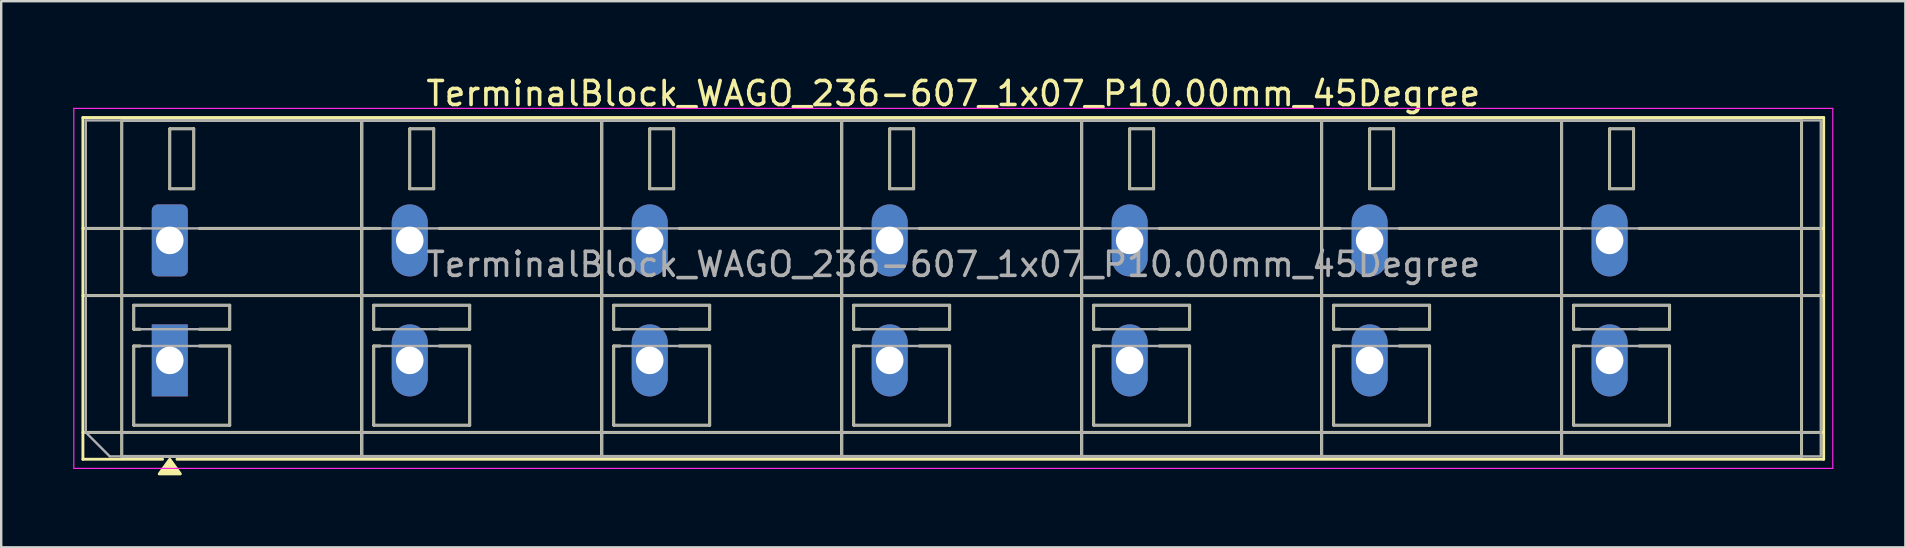
<source format=kicad_pcb>
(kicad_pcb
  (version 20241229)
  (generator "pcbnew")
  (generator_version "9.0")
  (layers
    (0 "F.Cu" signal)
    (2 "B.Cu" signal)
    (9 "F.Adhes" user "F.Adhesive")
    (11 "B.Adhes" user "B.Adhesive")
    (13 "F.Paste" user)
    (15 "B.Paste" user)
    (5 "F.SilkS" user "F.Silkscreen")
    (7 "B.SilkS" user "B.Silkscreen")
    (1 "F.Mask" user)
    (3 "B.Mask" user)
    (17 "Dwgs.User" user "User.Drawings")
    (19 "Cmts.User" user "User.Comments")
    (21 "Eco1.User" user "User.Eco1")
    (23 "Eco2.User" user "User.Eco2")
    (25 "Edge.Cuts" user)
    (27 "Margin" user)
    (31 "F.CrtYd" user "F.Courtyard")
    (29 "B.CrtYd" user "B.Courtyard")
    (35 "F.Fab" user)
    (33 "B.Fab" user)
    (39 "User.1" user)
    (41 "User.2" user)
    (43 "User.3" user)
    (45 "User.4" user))
  (footprint "TerminalBlock_WAGO_236-607_1x07_P10.00mm_45Degree"
    (layer "F.Cu")
    (at 4.025 6.968)
    (property "Reference" "TerminalBlock_WAGO_236-607_1x07_P10.00mm_45Degree" (at 32.65 -6.12 0) (layer "F.SilkS") (effects (font (size 1 1) (thickness 0.15))))
    (attr through_hole)
    (fp_line (start -3.62 -5.12) (end 68.92 -5.12) (stroke (width 0.12) (type solid)) (layer "F.SilkS"))
    (fp_line (start -3.62 -0.5) (end -1.23 -0.5) (stroke (width 0.12) (type solid)) (layer "F.SilkS"))
    (fp_line (start -3.62 2.3) (end 68.92 2.3) (stroke (width 0.12) (type solid)) (layer "F.SilkS"))
    (fp_line (start -3.62 8) (end 68.92 8) (stroke (width 0.12) (type solid)) (layer "F.SilkS"))
    (fp_line (start -3.62 9.12) (end -3.62 -5.12) (stroke (width 0.12) (type solid)) (layer "F.SilkS"))
    (fp_line (start -2 -5) (end 8 -5) (stroke (width 0.12) (type solid)) (layer "F.SilkS"))
    (fp_line (start -2 9) (end -2 -5) (stroke (width 0.12) (type solid)) (layer "F.SilkS"))
    (fp_line (start -1.5 2.7) (end 2.5 2.7) (stroke (width 0.12) (type solid)) (layer "F.SilkS"))
    (fp_line (start -1.5 3.7) (end -1.5 2.7) (stroke (width 0.12) (type solid)) (layer "F.SilkS"))
    (fp_line (start -1.5 4.4) (end -1.23 4.4) (stroke (width 0.12) (type solid)) (layer "F.SilkS"))
    (fp_line (start -1.5 7.7) (end -1.5 4.4) (stroke (width 0.12) (type solid)) (layer "F.SilkS"))
    (fp_line (start -1.23 3.7) (end -1.5 3.7) (stroke (width 0.12) (type solid)) (layer "F.SilkS"))
    (fp_line (start -0.3 9.12) (end -3.62 9.12) (stroke (width 0.12) (type solid)) (layer "F.SilkS"))
    (fp_line (start 0 -4.65) (end 1 -4.65) (stroke (width 0.12) (type solid)) (layer "F.SilkS"))
    (fp_line (start 0 -2.15) (end 0 -4.65) (stroke (width 0.12) (type solid)) (layer "F.SilkS"))
    (fp_line (start 1 -4.65) (end 1 -2.15) (stroke (width 0.12) (type solid)) (layer "F.SilkS"))
    (fp_line (start 1 -2.15) (end 0 -2.15) (stroke (width 0.12) (type solid)) (layer "F.SilkS"))
    (fp_line (start 1.23 -0.5) (end 8.77 -0.5) (stroke (width 0.12) (type solid)) (layer "F.SilkS"))
    (fp_line (start 1.23 4.4) (end 2.5 4.4) (stroke (width 0.12) (type solid)) (layer "F.SilkS"))
    (fp_line (start 2.5 2.7) (end 2.5 3.7) (stroke (width 0.12) (type solid)) (layer "F.SilkS"))
    (fp_line (start 2.5 3.7) (end 1.23 3.7) (stroke (width 0.12) (type solid)) (layer "F.SilkS"))
    (fp_line (start 2.5 4.4) (end 2.5 7.7) (stroke (width 0.12) (type solid)) (layer "F.SilkS"))
    (fp_line (start 2.5 7.7) (end -1.5 7.7) (stroke (width 0.12) (type solid)) (layer "F.SilkS"))
    (fp_line (start 8 -5) (end 8 9) (stroke (width 0.12) (type solid)) (layer "F.SilkS"))
    (fp_line (start 8 -5) (end 18 -5) (stroke (width 0.12) (type solid)) (layer "F.SilkS"))
    (fp_line (start 8 9) (end -2 9) (stroke (width 0.12) (type solid)) (layer "F.SilkS"))
    (fp_line (start 8 9) (end 8 -5) (stroke (width 0.12) (type solid)) (layer "F.SilkS"))
    (fp_line (start 8.5 2.7) (end 12.5 2.7) (stroke (width 0.12) (type solid)) (layer "F.SilkS"))
    (fp_line (start 8.5 3.7) (end 8.5 2.7) (stroke (width 0.12) (type solid)) (layer "F.SilkS"))
    (fp_line (start 8.5 4.4) (end 8.77 4.4) (stroke (width 0.12) (type solid)) (layer "F.SilkS"))
    (fp_line (start 8.5 7.7) (end 8.5 4.4) (stroke (width 0.12) (type solid)) (layer "F.SilkS"))
    (fp_line (start 8.77 3.7) (end 8.5 3.7) (stroke (width 0.12) (type solid)) (layer "F.SilkS"))
    (fp_line (start 10 -4.65) (end 11 -4.65) (stroke (width 0.12) (type solid)) (layer "F.SilkS"))
    (fp_line (start 10 -2.15) (end 10 -4.65) (stroke (width 0.12) (type solid)) (layer "F.SilkS"))
    (fp_line (start 11 -4.65) (end 11 -2.15) (stroke (width 0.12) (type solid)) (layer "F.SilkS"))
    (fp_line (start 11 -2.15) (end 10 -2.15) (stroke (width 0.12) (type solid)) (layer "F.SilkS"))
    (fp_line (start 11.23 -0.5) (end 18.77 -0.5) (stroke (width 0.12) (type solid)) (layer "F.SilkS"))
    (fp_line (start 11.23 4.4) (end 12.5 4.4) (stroke (width 0.12) (type solid)) (layer "F.SilkS"))
    (fp_line (start 12.5 2.7) (end 12.5 3.7) (stroke (width 0.12) (type solid)) (layer "F.SilkS"))
    (fp_line (start 12.5 3.7) (end 11.23 3.7) (stroke (width 0.12) (type solid)) (layer "F.SilkS"))
    (fp_line (start 12.5 4.4) (end 12.5 7.7) (stroke (width 0.12) (type solid)) (layer "F.SilkS"))
    (fp_line (start 12.5 7.7) (end 8.5 7.7) (stroke (width 0.12) (type solid)) (layer "F.SilkS"))
    (fp_line (start 18 -5) (end 18 9) (stroke (width 0.12) (type solid)) (layer "F.SilkS"))
    (fp_line (start 18 -5) (end 28 -5) (stroke (width 0.12) (type solid)) (layer "F.SilkS"))
    (fp_line (start 18 9) (end 8 9) (stroke (width 0.12) (type solid)) (layer "F.SilkS"))
    (fp_line (start 18 9) (end 18 -5) (stroke (width 0.12) (type solid)) (layer "F.SilkS"))
    (fp_line (start 18.5 2.7) (end 22.5 2.7) (stroke (width 0.12) (type solid)) (layer "F.SilkS"))
    (fp_line (start 18.5 3.7) (end 18.5 2.7) (stroke (width 0.12) (type solid)) (layer "F.SilkS"))
    (fp_line (start 18.5 4.4) (end 18.77 4.4) (stroke (width 0.12) (type solid)) (layer "F.SilkS"))
    (fp_line (start 18.5 7.7) (end 18.5 4.4) (stroke (width 0.12) (type solid)) (layer "F.SilkS"))
    (fp_line (start 18.77 3.7) (end 18.5 3.7) (stroke (width 0.12) (type solid)) (layer "F.SilkS"))
    (fp_line (start 20 -4.65) (end 21 -4.65) (stroke (width 0.12) (type solid)) (layer "F.SilkS"))
    (fp_line (start 20 -2.15) (end 20 -4.65) (stroke (width 0.12) (type solid)) (layer "F.SilkS"))
    (fp_line (start 21 -4.65) (end 21 -2.15) (stroke (width 0.12) (type solid)) (layer "F.SilkS"))
    (fp_line (start 21 -2.15) (end 20 -2.15) (stroke (width 0.12) (type solid)) (layer "F.SilkS"))
    (fp_line (start 21.23 -0.5) (end 28.77 -0.5) (stroke (width 0.12) (type solid)) (layer "F.SilkS"))
    (fp_line (start 21.23 4.4) (end 22.5 4.4) (stroke (width 0.12) (type solid)) (layer "F.SilkS"))
    (fp_line (start 22.5 2.7) (end 22.5 3.7) (stroke (width 0.12) (type solid)) (layer "F.SilkS"))
    (fp_line (start 22.5 3.7) (end 21.23 3.7) (stroke (width 0.12) (type solid)) (layer "F.SilkS"))
    (fp_line (start 22.5 4.4) (end 22.5 7.7) (stroke (width 0.12) (type solid)) (layer "F.SilkS"))
    (fp_line (start 22.5 7.7) (end 18.5 7.7) (stroke (width 0.12) (type solid)) (layer "F.SilkS"))
    (fp_line (start 28 -5) (end 28 9) (stroke (width 0.12) (type solid)) (layer "F.SilkS"))
    (fp_line (start 28 -5) (end 38 -5) (stroke (width 0.12) (type solid)) (layer "F.SilkS"))
    (fp_line (start 28 9) (end 18 9) (stroke (width 0.12) (type solid)) (layer "F.SilkS"))
    (fp_line (start 28 9) (end 28 -5) (stroke (width 0.12) (type solid)) (layer "F.SilkS"))
    (fp_line (start 28.5 2.7) (end 32.5 2.7) (stroke (width 0.12) (type solid)) (layer "F.SilkS"))
    (fp_line (start 28.5 3.7) (end 28.5 2.7) (stroke (width 0.12) (type solid)) (layer "F.SilkS"))
    (fp_line (start 28.5 4.4) (end 28.77 4.4) (stroke (width 0.12) (type solid)) (layer "F.SilkS"))
    (fp_line (start 28.5 7.7) (end 28.5 4.4) (stroke (width 0.12) (type solid)) (layer "F.SilkS"))
    (fp_line (start 28.77 3.7) (end 28.5 3.7) (stroke (width 0.12) (type solid)) (layer "F.SilkS"))
    (fp_line (start 30 -4.65) (end 31 -4.65) (stroke (width 0.12) (type solid)) (layer "F.SilkS"))
    (fp_line (start 30 -2.15) (end 30 -4.65) (stroke (width 0.12) (type solid)) (layer "F.SilkS"))
    (fp_line (start 31 -4.65) (end 31 -2.15) (stroke (width 0.12) (type solid)) (layer "F.SilkS"))
    (fp_line (start 31 -2.15) (end 30 -2.15) (stroke (width 0.12) (type solid)) (layer "F.SilkS"))
    (fp_line (start 31.23 -0.5) (end 38.77 -0.5) (stroke (width 0.12) (type solid)) (layer "F.SilkS"))
    (fp_line (start 31.23 4.4) (end 32.5 4.4) (stroke (width 0.12) (type solid)) (layer "F.SilkS"))
    (fp_line (start 32.5 2.7) (end 32.5 3.7) (stroke (width 0.12) (type solid)) (layer "F.SilkS"))
    (fp_line (start 32.5 3.7) (end 31.23 3.7) (stroke (width 0.12) (type solid)) (layer "F.SilkS"))
    (fp_line (start 32.5 4.4) (end 32.5 7.7) (stroke (width 0.12) (type solid)) (layer "F.SilkS"))
    (fp_line (start 32.5 7.7) (end 28.5 7.7) (stroke (width 0.12) (type solid)) (layer "F.SilkS"))
    (fp_line (start 38 -5) (end 38 9) (stroke (width 0.12) (type solid)) (layer "F.SilkS"))
    (fp_line (start 38 -5) (end 48 -5) (stroke (width 0.12) (type solid)) (layer "F.SilkS"))
    (fp_line (start 38 9) (end 28 9) (stroke (width 0.12) (type solid)) (layer "F.SilkS"))
    (fp_line (start 38 9) (end 38 -5) (stroke (width 0.12) (type solid)) (layer "F.SilkS"))
    (fp_line (start 38.5 2.7) (end 42.5 2.7) (stroke (width 0.12) (type solid)) (layer "F.SilkS"))
    (fp_line (start 38.5 3.7) (end 38.5 2.7) (stroke (width 0.12) (type solid)) (layer "F.SilkS"))
    (fp_line (start 38.5 4.4) (end 38.77 4.4) (stroke (width 0.12) (type solid)) (layer "F.SilkS"))
    (fp_line (start 38.5 7.7) (end 38.5 4.4) (stroke (width 0.12) (type solid)) (layer "F.SilkS"))
    (fp_line (start 38.77 3.7) (end 38.5 3.7) (stroke (width 0.12) (type solid)) (layer "F.SilkS"))
    (fp_line (start 40 -4.65) (end 41 -4.65) (stroke (width 0.12) (type solid)) (layer "F.SilkS"))
    (fp_line (start 40 -2.15) (end 40 -4.65) (stroke (width 0.12) (type solid)) (layer "F.SilkS"))
    (fp_line (start 41 -4.65) (end 41 -2.15) (stroke (width 0.12) (type solid)) (layer "F.SilkS"))
    (fp_line (start 41 -2.15) (end 40 -2.15) (stroke (width 0.12) (type solid)) (layer "F.SilkS"))
    (fp_line (start 41.23 -0.5) (end 48.77 -0.5) (stroke (width 0.12) (type solid)) (layer "F.SilkS"))
    (fp_line (start 41.23 4.4) (end 42.5 4.4) (stroke (width 0.12) (type solid)) (layer "F.SilkS"))
    (fp_line (start 42.5 2.7) (end 42.5 3.7) (stroke (width 0.12) (type solid)) (layer "F.SilkS"))
    (fp_line (start 42.5 3.7) (end 41.23 3.7) (stroke (width 0.12) (type solid)) (layer "F.SilkS"))
    (fp_line (start 42.5 4.4) (end 42.5 7.7) (stroke (width 0.12) (type solid)) (layer "F.SilkS"))
    (fp_line (start 42.5 7.7) (end 38.5 7.7) (stroke (width 0.12) (type solid)) (layer "F.SilkS"))
    (fp_line (start 48 -5) (end 48 9) (stroke (width 0.12) (type solid)) (layer "F.SilkS"))
    (fp_line (start 48 -5) (end 58 -5) (stroke (width 0.12) (type solid)) (layer "F.SilkS"))
    (fp_line (start 48 9) (end 38 9) (stroke (width 0.12) (type solid)) (layer "F.SilkS"))
    (fp_line (start 48 9) (end 48 -5) (stroke (width 0.12) (type solid)) (layer "F.SilkS"))
    (fp_line (start 48.5 2.7) (end 52.5 2.7) (stroke (width 0.12) (type solid)) (layer "F.SilkS"))
    (fp_line (start 48.5 3.7) (end 48.5 2.7) (stroke (width 0.12) (type solid)) (layer "F.SilkS"))
    (fp_line (start 48.5 4.4) (end 48.77 4.4) (stroke (width 0.12) (type solid)) (layer "F.SilkS"))
    (fp_line (start 48.5 7.7) (end 48.5 4.4) (stroke (width 0.12) (type solid)) (layer "F.SilkS"))
    (fp_line (start 48.77 3.7) (end 48.5 3.7) (stroke (width 0.12) (type solid)) (layer "F.SilkS"))
    (fp_line (start 50 -4.65) (end 51 -4.65) (stroke (width 0.12) (type solid)) (layer "F.SilkS"))
    (fp_line (start 50 -2.15) (end 50 -4.65) (stroke (width 0.12) (type solid)) (layer "F.SilkS"))
    (fp_line (start 51 -4.65) (end 51 -2.15) (stroke (width 0.12) (type solid)) (layer "F.SilkS"))
    (fp_line (start 51 -2.15) (end 50 -2.15) (stroke (width 0.12) (type solid)) (layer "F.SilkS"))
    (fp_line (start 51.23 -0.5) (end 58.77 -0.5) (stroke (width 0.12) (type solid)) (layer "F.SilkS"))
    (fp_line (start 51.23 4.4) (end 52.5 4.4) (stroke (width 0.12) (type solid)) (layer "F.SilkS"))
    (fp_line (start 52.5 2.7) (end 52.5 3.7) (stroke (width 0.12) (type solid)) (layer "F.SilkS"))
    (fp_line (start 52.5 3.7) (end 51.23 3.7) (stroke (width 0.12) (type solid)) (layer "F.SilkS"))
    (fp_line (start 52.5 4.4) (end 52.5 7.7) (stroke (width 0.12) (type solid)) (layer "F.SilkS"))
    (fp_line (start 52.5 7.7) (end 48.5 7.7) (stroke (width 0.12) (type solid)) (layer "F.SilkS"))
    (fp_line (start 58 -5) (end 58 9) (stroke (width 0.12) (type solid)) (layer "F.SilkS"))
    (fp_line (start 58 -5) (end 68 -5) (stroke (width 0.12) (type solid)) (layer "F.SilkS"))
    (fp_line (start 58 9) (end 48 9) (stroke (width 0.12) (type solid)) (layer "F.SilkS"))
    (fp_line (start 58 9) (end 58 -5) (stroke (width 0.12) (type solid)) (layer "F.SilkS"))
    (fp_line (start 58.5 2.7) (end 62.5 2.7) (stroke (width 0.12) (type solid)) (layer "F.SilkS"))
    (fp_line (start 58.5 3.7) (end 58.5 2.7) (stroke (width 0.12) (type solid)) (layer "F.SilkS"))
    (fp_line (start 58.5 4.4) (end 58.77 4.4) (stroke (width 0.12) (type solid)) (layer "F.SilkS"))
    (fp_line (start 58.5 7.7) (end 58.5 4.4) (stroke (width 0.12) (type solid)) (layer "F.SilkS"))
    (fp_line (start 58.77 3.7) (end 58.5 3.7) (stroke (width 0.12) (type solid)) (layer "F.SilkS"))
    (fp_line (start 60 -4.65) (end 61 -4.65) (stroke (width 0.12) (type solid)) (layer "F.SilkS"))
    (fp_line (start 60 -2.15) (end 60 -4.65) (stroke (width 0.12) (type solid)) (layer "F.SilkS"))
    (fp_line (start 61 -4.65) (end 61 -2.15) (stroke (width 0.12) (type solid)) (layer "F.SilkS"))
    (fp_line (start 61 -2.15) (end 60 -2.15) (stroke (width 0.12) (type solid)) (layer "F.SilkS"))
    (fp_line (start 61.23 -0.5) (end 68.92 -0.5) (stroke (width 0.12) (type solid)) (layer "F.SilkS"))
    (fp_line (start 61.23 4.4) (end 62.5 4.4) (stroke (width 0.12) (type solid)) (layer "F.SilkS"))
    (fp_line (start 62.5 2.7) (end 62.5 3.7) (stroke (width 0.12) (type solid)) (layer "F.SilkS"))
    (fp_line (start 62.5 3.7) (end 61.23 3.7) (stroke (width 0.12) (type solid)) (layer "F.SilkS"))
    (fp_line (start 62.5 4.4) (end 62.5 7.7) (stroke (width 0.12) (type solid)) (layer "F.SilkS"))
    (fp_line (start 62.5 7.7) (end 58.5 7.7) (stroke (width 0.12) (type solid)) (layer "F.SilkS"))
    (fp_line (start 68 -5) (end 68 9) (stroke (width 0.12) (type solid)) (layer "F.SilkS"))
    (fp_line (start 68 9) (end 58 9) (stroke (width 0.12) (type solid)) (layer "F.SilkS"))
    (fp_line (start 68.92 -5.12) (end 68.92 9.12) (stroke (width 0.12) (type solid)) (layer "F.SilkS"))
    (fp_line (start 68.92 9.12) (end 0.3 9.12) (stroke (width 0.12) (type solid)) (layer "F.SilkS"))
    (fp_poly (pts (xy 0 9.12) (xy 0.44 9.73) (xy -0.44 9.73)) (stroke (width 0.12) (type solid)) (fill yes) (layer "F.SilkS"))
    (fp_line (start -4 -5.5) (end -4 9.5) (stroke (width 0.05) (type solid)) (layer "F.CrtYd"))
    (fp_line (start -4 9.5) (end 69.3 9.5) (stroke (width 0.05) (type solid)) (layer "F.CrtYd"))
    (fp_line (start 69.3 -5.5) (end -4 -5.5) (stroke (width 0.05) (type solid)) (layer "F.CrtYd"))
    (fp_line (start 69.3 9.5) (end 69.3 -5.5) (stroke (width 0.05) (type solid)) (layer "F.CrtYd"))
    (fp_line (start -3.5 -5) (end 68.8 -5) (stroke (width 0.1) (type solid)) (layer "F.Fab"))
    (fp_line (start -3.5 -0.5) (end 68.8 -0.5) (stroke (width 0.1) (type solid)) (layer "F.Fab"))
    (fp_line (start -3.5 2.3) (end 68.8 2.3) (stroke (width 0.1) (type solid)) (layer "F.Fab"))
    (fp_line (start -3.5 8) (end -3.5 -5) (stroke (width 0.1) (type solid)) (layer "F.Fab"))
    (fp_line (start -3.5 8) (end 68.8 8) (stroke (width 0.1) (type solid)) (layer "F.Fab"))
    (fp_line (start -2.5 9) (end -3.5 8) (stroke (width 0.1) (type solid)) (layer "F.Fab"))
    (fp_line (start -2 -5) (end -2 9) (stroke (width 0.1) (type solid)) (layer "F.Fab"))
    (fp_line (start -2 9) (end 8 9) (stroke (width 0.1) (type solid)) (layer "F.Fab"))
    (fp_line (start -1.5 2.7) (end -1.5 3.7) (stroke (width 0.1) (type solid)) (layer "F.Fab"))
    (fp_line (start -1.5 3.7) (end 2.5 3.7) (stroke (width 0.1) (type solid)) (layer "F.Fab"))
    (fp_line (start -1.5 4.4) (end -1.5 7.7) (stroke (width 0.1) (type solid)) (layer "F.Fab"))
    (fp_line (start -1.5 7.7) (end 2.5 7.7) (stroke (width 0.1) (type solid)) (layer "F.Fab"))
    (fp_line (start 0 -4.65) (end 0 -2.15) (stroke (width 0.1) (type solid)) (layer "F.Fab"))
    (fp_line (start 0 -2.15) (end 1 -2.15) (stroke (width 0.1) (type solid)) (layer "F.Fab"))
    (fp_line (start 1 -4.65) (end 0 -4.65) (stroke (width 0.1) (type solid)) (layer "F.Fab"))
    (fp_line (start 1 -2.15) (end 1 -4.65) (stroke (width 0.1) (type solid)) (layer "F.Fab"))
    (fp_line (start 2.5 2.7) (end -1.5 2.7) (stroke (width 0.1) (type solid)) (layer "F.Fab"))
    (fp_line (start 2.5 3.7) (end 2.5 2.7) (stroke (width 0.1) (type solid)) (layer "F.Fab"))
    (fp_line (start 2.5 4.4) (end -1.5 4.4) (stroke (width 0.1) (type solid)) (layer "F.Fab"))
    (fp_line (start 2.5 7.7) (end 2.5 4.4) (stroke (width 0.1) (type solid)) (layer "F.Fab"))
    (fp_line (start 8 -5) (end -2 -5) (stroke (width 0.1) (type solid)) (layer "F.Fab"))
    (fp_line (start 8 -5) (end 8 9) (stroke (width 0.1) (type solid)) (layer "F.Fab"))
    (fp_line (start 8 9) (end 8 -5) (stroke (width 0.1) (type solid)) (layer "F.Fab"))
    (fp_line (start 8 9) (end 18 9) (stroke (width 0.1) (type solid)) (layer "F.Fab"))
    (fp_line (start 8.5 2.7) (end 8.5 3.7) (stroke (width 0.1) (type solid)) (layer "F.Fab"))
    (fp_line (start 8.5 3.7) (end 12.5 3.7) (stroke (width 0.1) (type solid)) (layer "F.Fab"))
    (fp_line (start 8.5 4.4) (end 8.5 7.7) (stroke (width 0.1) (type solid)) (layer "F.Fab"))
    (fp_line (start 8.5 7.7) (end 12.5 7.7) (stroke (width 0.1) (type solid)) (layer "F.Fab"))
    (fp_line (start 10 -4.65) (end 10 -2.15) (stroke (width 0.1) (type solid)) (layer "F.Fab"))
    (fp_line (start 10 -2.15) (end 11 -2.15) (stroke (width 0.1) (type solid)) (layer "F.Fab"))
    (fp_line (start 11 -4.65) (end 10 -4.65) (stroke (width 0.1) (type solid)) (layer "F.Fab"))
    (fp_line (start 11 -2.15) (end 11 -4.65) (stroke (width 0.1) (type solid)) (layer "F.Fab"))
    (fp_line (start 12.5 2.7) (end 8.5 2.7) (stroke (width 0.1) (type solid)) (layer "F.Fab"))
    (fp_line (start 12.5 3.7) (end 12.5 2.7) (stroke (width 0.1) (type solid)) (layer "F.Fab"))
    (fp_line (start 12.5 4.4) (end 8.5 4.4) (stroke (width 0.1) (type solid)) (layer "F.Fab"))
    (fp_line (start 12.5 7.7) (end 12.5 4.4) (stroke (width 0.1) (type solid)) (layer "F.Fab"))
    (fp_line (start 18 -5) (end 8 -5) (stroke (width 0.1) (type solid)) (layer "F.Fab"))
    (fp_line (start 18 -5) (end 18 9) (stroke (width 0.1) (type solid)) (layer "F.Fab"))
    (fp_line (start 18 9) (end 18 -5) (stroke (width 0.1) (type solid)) (layer "F.Fab"))
    (fp_line (start 18 9) (end 28 9) (stroke (width 0.1) (type solid)) (layer "F.Fab"))
    (fp_line (start 18.5 2.7) (end 18.5 3.7) (stroke (width 0.1) (type solid)) (layer "F.Fab"))
    (fp_line (start 18.5 3.7) (end 22.5 3.7) (stroke (width 0.1) (type solid)) (layer "F.Fab"))
    (fp_line (start 18.5 4.4) (end 18.5 7.7) (stroke (width 0.1) (type solid)) (layer "F.Fab"))
    (fp_line (start 18.5 7.7) (end 22.5 7.7) (stroke (width 0.1) (type solid)) (layer "F.Fab"))
    (fp_line (start 20 -4.65) (end 20 -2.15) (stroke (width 0.1) (type solid)) (layer "F.Fab"))
    (fp_line (start 20 -2.15) (end 21 -2.15) (stroke (width 0.1) (type solid)) (layer "F.Fab"))
    (fp_line (start 21 -4.65) (end 20 -4.65) (stroke (width 0.1) (type solid)) (layer "F.Fab"))
    (fp_line (start 21 -2.15) (end 21 -4.65) (stroke (width 0.1) (type solid)) (layer "F.Fab"))
    (fp_line (start 22.5 2.7) (end 18.5 2.7) (stroke (width 0.1) (type solid)) (layer "F.Fab"))
    (fp_line (start 22.5 3.7) (end 22.5 2.7) (stroke (width 0.1) (type solid)) (layer "F.Fab"))
    (fp_line (start 22.5 4.4) (end 18.5 4.4) (stroke (width 0.1) (type solid)) (layer "F.Fab"))
    (fp_line (start 22.5 7.7) (end 22.5 4.4) (stroke (width 0.1) (type solid)) (layer "F.Fab"))
    (fp_line (start 28 -5) (end 18 -5) (stroke (width 0.1) (type solid)) (layer "F.Fab"))
    (fp_line (start 28 -5) (end 28 9) (stroke (width 0.1) (type solid)) (layer "F.Fab"))
    (fp_line (start 28 9) (end 28 -5) (stroke (width 0.1) (type solid)) (layer "F.Fab"))
    (fp_line (start 28 9) (end 38 9) (stroke (width 0.1) (type solid)) (layer "F.Fab"))
    (fp_line (start 28.5 2.7) (end 28.5 3.7) (stroke (width 0.1) (type solid)) (layer "F.Fab"))
    (fp_line (start 28.5 3.7) (end 32.5 3.7) (stroke (width 0.1) (type solid)) (layer "F.Fab"))
    (fp_line (start 28.5 4.4) (end 28.5 7.7) (stroke (width 0.1) (type solid)) (layer "F.Fab"))
    (fp_line (start 28.5 7.7) (end 32.5 7.7) (stroke (width 0.1) (type solid)) (layer "F.Fab"))
    (fp_line (start 30 -4.65) (end 30 -2.15) (stroke (width 0.1) (type solid)) (layer "F.Fab"))
    (fp_line (start 30 -2.15) (end 31 -2.15) (stroke (width 0.1) (type solid)) (layer "F.Fab"))
    (fp_line (start 31 -4.65) (end 30 -4.65) (stroke (width 0.1) (type solid)) (layer "F.Fab"))
    (fp_line (start 31 -2.15) (end 31 -4.65) (stroke (width 0.1) (type solid)) (layer "F.Fab"))
    (fp_line (start 32.5 2.7) (end 28.5 2.7) (stroke (width 0.1) (type solid)) (layer "F.Fab"))
    (fp_line (start 32.5 3.7) (end 32.5 2.7) (stroke (width 0.1) (type solid)) (layer "F.Fab"))
    (fp_line (start 32.5 4.4) (end 28.5 4.4) (stroke (width 0.1) (type solid)) (layer "F.Fab"))
    (fp_line (start 32.5 7.7) (end 32.5 4.4) (stroke (width 0.1) (type solid)) (layer "F.Fab"))
    (fp_line (start 38 -5) (end 28 -5) (stroke (width 0.1) (type solid)) (layer "F.Fab"))
    (fp_line (start 38 -5) (end 38 9) (stroke (width 0.1) (type solid)) (layer "F.Fab"))
    (fp_line (start 38 9) (end 38 -5) (stroke (width 0.1) (type solid)) (layer "F.Fab"))
    (fp_line (start 38 9) (end 48 9) (stroke (width 0.1) (type solid)) (layer "F.Fab"))
    (fp_line (start 38.5 2.7) (end 38.5 3.7) (stroke (width 0.1) (type solid)) (layer "F.Fab"))
    (fp_line (start 38.5 3.7) (end 42.5 3.7) (stroke (width 0.1) (type solid)) (layer "F.Fab"))
    (fp_line (start 38.5 4.4) (end 38.5 7.7) (stroke (width 0.1) (type solid)) (layer "F.Fab"))
    (fp_line (start 38.5 7.7) (end 42.5 7.7) (stroke (width 0.1) (type solid)) (layer "F.Fab"))
    (fp_line (start 40 -4.65) (end 40 -2.15) (stroke (width 0.1) (type solid)) (layer "F.Fab"))
    (fp_line (start 40 -2.15) (end 41 -2.15) (stroke (width 0.1) (type solid)) (layer "F.Fab"))
    (fp_line (start 41 -4.65) (end 40 -4.65) (stroke (width 0.1) (type solid)) (layer "F.Fab"))
    (fp_line (start 41 -2.15) (end 41 -4.65) (stroke (width 0.1) (type solid)) (layer "F.Fab"))
    (fp_line (start 42.5 2.7) (end 38.5 2.7) (stroke (width 0.1) (type solid)) (layer "F.Fab"))
    (fp_line (start 42.5 3.7) (end 42.5 2.7) (stroke (width 0.1) (type solid)) (layer "F.Fab"))
    (fp_line (start 42.5 4.4) (end 38.5 4.4) (stroke (width 0.1) (type solid)) (layer "F.Fab"))
    (fp_line (start 42.5 7.7) (end 42.5 4.4) (stroke (width 0.1) (type solid)) (layer "F.Fab"))
    (fp_line (start 48 -5) (end 38 -5) (stroke (width 0.1) (type solid)) (layer "F.Fab"))
    (fp_line (start 48 -5) (end 48 9) (stroke (width 0.1) (type solid)) (layer "F.Fab"))
    (fp_line (start 48 9) (end 48 -5) (stroke (width 0.1) (type solid)) (layer "F.Fab"))
    (fp_line (start 48 9) (end 58 9) (stroke (width 0.1) (type solid)) (layer "F.Fab"))
    (fp_line (start 48.5 2.7) (end 48.5 3.7) (stroke (width 0.1) (type solid)) (layer "F.Fab"))
    (fp_line (start 48.5 3.7) (end 52.5 3.7) (stroke (width 0.1) (type solid)) (layer "F.Fab"))
    (fp_line (start 48.5 4.4) (end 48.5 7.7) (stroke (width 0.1) (type solid)) (layer "F.Fab"))
    (fp_line (start 48.5 7.7) (end 52.5 7.7) (stroke (width 0.1) (type solid)) (layer "F.Fab"))
    (fp_line (start 50 -4.65) (end 50 -2.15) (stroke (width 0.1) (type solid)) (layer "F.Fab"))
    (fp_line (start 50 -2.15) (end 51 -2.15) (stroke (width 0.1) (type solid)) (layer "F.Fab"))
    (fp_line (start 51 -4.65) (end 50 -4.65) (stroke (width 0.1) (type solid)) (layer "F.Fab"))
    (fp_line (start 51 -2.15) (end 51 -4.65) (stroke (width 0.1) (type solid)) (layer "F.Fab"))
    (fp_line (start 52.5 2.7) (end 48.5 2.7) (stroke (width 0.1) (type solid)) (layer "F.Fab"))
    (fp_line (start 52.5 3.7) (end 52.5 2.7) (stroke (width 0.1) (type solid)) (layer "F.Fab"))
    (fp_line (start 52.5 4.4) (end 48.5 4.4) (stroke (width 0.1) (type solid)) (layer "F.Fab"))
    (fp_line (start 52.5 7.7) (end 52.5 4.4) (stroke (width 0.1) (type solid)) (layer "F.Fab"))
    (fp_line (start 58 -5) (end 48 -5) (stroke (width 0.1) (type solid)) (layer "F.Fab"))
    (fp_line (start 58 -5) (end 58 9) (stroke (width 0.1) (type solid)) (layer "F.Fab"))
    (fp_line (start 58 9) (end 58 -5) (stroke (width 0.1) (type solid)) (layer "F.Fab"))
    (fp_line (start 58 9) (end 68 9) (stroke (width 0.1) (type solid)) (layer "F.Fab"))
    (fp_line (start 58.5 2.7) (end 58.5 3.7) (stroke (width 0.1) (type solid)) (layer "F.Fab"))
    (fp_line (start 58.5 3.7) (end 62.5 3.7) (stroke (width 0.1) (type solid)) (layer "F.Fab"))
    (fp_line (start 58.5 4.4) (end 58.5 7.7) (stroke (width 0.1) (type solid)) (layer "F.Fab"))
    (fp_line (start 58.5 7.7) (end 62.5 7.7) (stroke (width 0.1) (type solid)) (layer "F.Fab"))
    (fp_line (start 60 -4.65) (end 60 -2.15) (stroke (width 0.1) (type solid)) (layer "F.Fab"))
    (fp_line (start 60 -2.15) (end 61 -2.15) (stroke (width 0.1) (type solid)) (layer "F.Fab"))
    (fp_line (start 61 -4.65) (end 60 -4.65) (stroke (width 0.1) (type solid)) (layer "F.Fab"))
    (fp_line (start 61 -2.15) (end 61 -4.65) (stroke (width 0.1) (type solid)) (layer "F.Fab"))
    (fp_line (start 62.5 2.7) (end 58.5 2.7) (stroke (width 0.1) (type solid)) (layer "F.Fab"))
    (fp_line (start 62.5 3.7) (end 62.5 2.7) (stroke (width 0.1) (type solid)) (layer "F.Fab"))
    (fp_line (start 62.5 4.4) (end 58.5 4.4) (stroke (width 0.1) (type solid)) (layer "F.Fab"))
    (fp_line (start 62.5 7.7) (end 62.5 4.4) (stroke (width 0.1) (type solid)) (layer "F.Fab"))
    (fp_line (start 68 -5) (end 58 -5) (stroke (width 0.1) (type solid)) (layer "F.Fab"))
    (fp_line (start 68 9) (end 68 -5) (stroke (width 0.1) (type solid)) (layer "F.Fab"))
    (fp_line (start 68.8 -5) (end 68.8 9) (stroke (width 0.1) (type solid)) (layer "F.Fab"))
    (fp_line (start 68.8 9) (end -2.5 9) (stroke (width 0.1) (type solid)) (layer "F.Fab"))
    (fp_text user "${REFERENCE}" (at 32.65 1 0) (layer "F.Fab") (effects (font (size 1 1) (thickness 0.15))))
    (pad "1" thru_hole roundrect (at 0 0) (size 1.5 3) (drill 1.15) (layers "*.Cu" "*.Mask") (roundrect_rratio 0.167))
    (pad "1" thru_hole rect (at 0 5) (size 1.5 3) (drill 1.15) (layers "*.Cu" "*.Mask"))
    (pad "2" thru_hole oval (at 10 0) (size 1.5 3) (drill 1.15) (layers "*.Cu" "*.Mask"))
    (pad "2" thru_hole oval (at 10 5) (size 1.5 3) (drill 1.15) (layers "*.Cu" "*.Mask"))
    (pad "3" thru_hole oval (at 20 0) (size 1.5 3) (drill 1.15) (layers "*.Cu" "*.Mask"))
    (pad "3" thru_hole oval (at 20 5) (size 1.5 3) (drill 1.15) (layers "*.Cu" "*.Mask"))
    (pad "4" thru_hole oval (at 30 0) (size 1.5 3) (drill 1.15) (layers "*.Cu" "*.Mask"))
    (pad "4" thru_hole oval (at 30 5) (size 1.5 3) (drill 1.15) (layers "*.Cu" "*.Mask"))
    (pad "5" thru_hole oval (at 40 0) (size 1.5 3) (drill 1.15) (layers "*.Cu" "*.Mask"))
    (pad "5" thru_hole oval (at 40 5) (size 1.5 3) (drill 1.15) (layers "*.Cu" "*.Mask"))
    (pad "6" thru_hole oval (at 50 0) (size 1.5 3) (drill 1.15) (layers "*.Cu" "*.Mask"))
    (pad "6" thru_hole oval (at 50 5) (size 1.5 3) (drill 1.15) (layers "*.Cu" "*.Mask"))
    (pad "7" thru_hole oval (at 60 0) (size 1.5 3) (drill 1.15) (layers "*.Cu" "*.Mask"))
    (pad "7" thru_hole oval (at 60 5) (size 1.5 3) (drill 1.15) (layers "*.Cu" "*.Mask")))
  (gr_rect
    (start -3 -3)
    (end 76.35 19.758)
    (stroke (width 0.1) (type default))
    (fill no)
    (layer "Edge.Cuts")))
</source>
